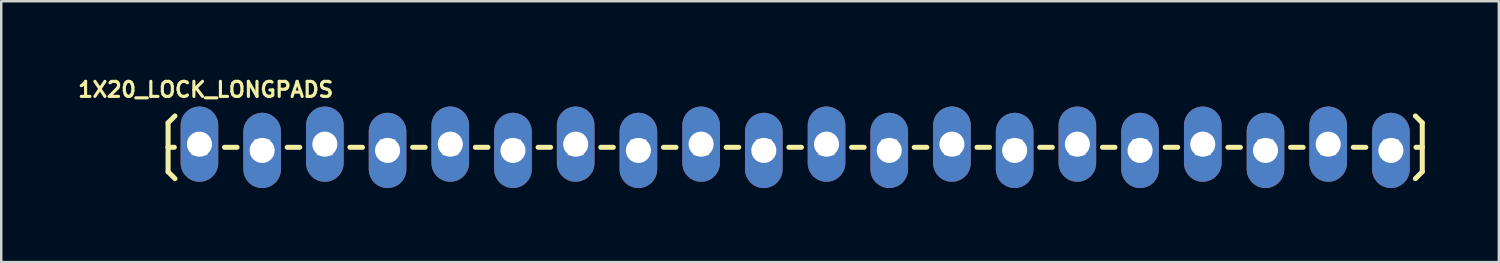
<source format=kicad_pcb>
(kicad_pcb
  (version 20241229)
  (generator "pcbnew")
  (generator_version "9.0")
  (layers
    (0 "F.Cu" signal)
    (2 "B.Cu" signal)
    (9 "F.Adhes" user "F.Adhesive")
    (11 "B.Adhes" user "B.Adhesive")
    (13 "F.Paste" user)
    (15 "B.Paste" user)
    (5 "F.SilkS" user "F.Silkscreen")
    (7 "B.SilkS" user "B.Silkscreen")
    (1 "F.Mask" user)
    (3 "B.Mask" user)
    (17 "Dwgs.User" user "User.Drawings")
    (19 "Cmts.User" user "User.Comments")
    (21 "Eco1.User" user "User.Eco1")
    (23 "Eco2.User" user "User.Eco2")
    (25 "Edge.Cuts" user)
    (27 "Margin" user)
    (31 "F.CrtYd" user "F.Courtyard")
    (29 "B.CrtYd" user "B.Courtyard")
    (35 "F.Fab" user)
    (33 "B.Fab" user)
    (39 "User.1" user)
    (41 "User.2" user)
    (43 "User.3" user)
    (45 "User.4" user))
  (footprint "1X20_LOCK_LONGPADS"
    (layer "F.Cu")
    (at 5.028 2.916)
    (property "Reference" "1X20_LOCK_LONGPADS" (at 0.254 -2.337 0) (layer "F.SilkS") (effects (font (size 0.61 0.61) (thickness 0.127))))
    (attr exclude_from_pos_files exclude_from_bom)
    (fp_line (start -1.27 -0.991) (end -0.991 -1.27) (stroke (width 0.203) (type solid)) (layer "F.SilkS"))
    (fp_line (start -1.27 0) (end -1.27 -0.991) (stroke (width 0.203) (type solid)) (layer "F.SilkS"))
    (fp_line (start -1.27 0) (end -1.27 0.991) (stroke (width 0.203) (type solid)) (layer "F.SilkS"))
    (fp_line (start -1.27 0) (end -1.016 0) (stroke (width 0.203) (type solid)) (layer "F.SilkS"))
    (fp_line (start -1.27 0.991) (end -0.991 1.27) (stroke (width 0.203) (type solid)) (layer "F.SilkS"))
    (fp_line (start 1.524 0) (end 1.016 0) (stroke (width 0.203) (type solid)) (layer "F.SilkS"))
    (fp_line (start 4.064 0) (end 3.556 0) (stroke (width 0.203) (type solid)) (layer "F.SilkS"))
    (fp_line (start 6.604 0) (end 6.096 0) (stroke (width 0.203) (type solid)) (layer "F.SilkS"))
    (fp_line (start 9.144 0) (end 8.636 0) (stroke (width 0.203) (type solid)) (layer "F.SilkS"))
    (fp_line (start 11.684 0) (end 11.176 0) (stroke (width 0.203) (type solid)) (layer "F.SilkS"))
    (fp_line (start 14.224 0) (end 13.716 0) (stroke (width 0.203) (type solid)) (layer "F.SilkS"))
    (fp_line (start 16.764 0) (end 16.256 0) (stroke (width 0.203) (type solid)) (layer "F.SilkS"))
    (fp_line (start 19.304 0) (end 18.796 0) (stroke (width 0.203) (type solid)) (layer "F.SilkS"))
    (fp_line (start 21.844 0) (end 21.336 0) (stroke (width 0.203) (type solid)) (layer "F.SilkS"))
    (fp_line (start 24.384 0) (end 23.876 0) (stroke (width 0.203) (type solid)) (layer "F.SilkS"))
    (fp_line (start 26.924 0) (end 26.416 0) (stroke (width 0.203) (type solid)) (layer "F.SilkS"))
    (fp_line (start 29.464 0) (end 28.953 0) (stroke (width 0.203) (type solid)) (layer "F.SilkS"))
    (fp_line (start 32.004 0) (end 31.496 0) (stroke (width 0.203) (type solid)) (layer "F.SilkS"))
    (fp_line (start 34.544 0) (end 34.036 0) (stroke (width 0.203) (type solid)) (layer "F.SilkS"))
    (fp_line (start 37.084 0) (end 36.576 0) (stroke (width 0.203) (type solid)) (layer "F.SilkS"))
    (fp_line (start 39.624 0) (end 39.116 0) (stroke (width 0.203) (type solid)) (layer "F.SilkS"))
    (fp_line (start 42.164 0) (end 41.656 0) (stroke (width 0.203) (type solid)) (layer "F.SilkS"))
    (fp_line (start 44.704 0) (end 44.196 0) (stroke (width 0.203) (type solid)) (layer "F.SilkS"))
    (fp_line (start 47.244 0) (end 46.736 0) (stroke (width 0.203) (type solid)) (layer "F.SilkS"))
    (fp_line (start 49.53 -0.991) (end 49.251 -1.27) (stroke (width 0.203) (type solid)) (layer "F.SilkS"))
    (fp_line (start 49.53 0) (end 49.276 0) (stroke (width 0.203) (type solid)) (layer "F.SilkS"))
    (fp_line (start 49.53 0) (end 49.53 -0.991) (stroke (width 0.203) (type solid)) (layer "F.SilkS"))
    (fp_line (start 49.53 0) (end 49.53 0.991) (stroke (width 0.203) (type solid)) (layer "F.SilkS"))
    (fp_line (start 49.53 0.991) (end 49.251 1.27) (stroke (width 0.203) (type solid)) (layer "F.SilkS"))
    (fp_line (start -0.292 -0.292) (end 0.292 -0.292) (stroke (width 0.066) (type solid)) (layer "Dwgs.User"))
    (fp_line (start -0.292 0.292) (end -0.292 -0.292) (stroke (width 0.066) (type solid)) (layer "Dwgs.User"))
    (fp_line (start -0.292 0.292) (end 0.292 0.292) (stroke (width 0.066) (type solid)) (layer "Dwgs.User"))
    (fp_line (start 0.292 0.292) (end 0.292 -0.292) (stroke (width 0.066) (type solid)) (layer "Dwgs.User"))
    (fp_line (start 2.248 -0.292) (end 2.832 -0.292) (stroke (width 0.066) (type solid)) (layer "Dwgs.User"))
    (fp_line (start 2.248 0.292) (end 2.248 -0.292) (stroke (width 0.066) (type solid)) (layer "Dwgs.User"))
    (fp_line (start 2.248 0.292) (end 2.832 0.292) (stroke (width 0.066) (type solid)) (layer "Dwgs.User"))
    (fp_line (start 2.832 0.292) (end 2.832 -0.292) (stroke (width 0.066) (type solid)) (layer "Dwgs.User"))
    (fp_line (start 4.788 -0.292) (end 5.372 -0.292) (stroke (width 0.066) (type solid)) (layer "Dwgs.User"))
    (fp_line (start 4.788 0.292) (end 4.788 -0.292) (stroke (width 0.066) (type solid)) (layer "Dwgs.User"))
    (fp_line (start 4.788 0.292) (end 5.372 0.292) (stroke (width 0.066) (type solid)) (layer "Dwgs.User"))
    (fp_line (start 5.372 0.292) (end 5.372 -0.292) (stroke (width 0.066) (type solid)) (layer "Dwgs.User"))
    (fp_line (start 7.328 -0.292) (end 7.912 -0.292) (stroke (width 0.066) (type solid)) (layer "Dwgs.User"))
    (fp_line (start 7.328 0.292) (end 7.328 -0.292) (stroke (width 0.066) (type solid)) (layer "Dwgs.User"))
    (fp_line (start 7.328 0.292) (end 7.912 0.292) (stroke (width 0.066) (type solid)) (layer "Dwgs.User"))
    (fp_line (start 7.912 0.292) (end 7.912 -0.292) (stroke (width 0.066) (type solid)) (layer "Dwgs.User"))
    (fp_line (start 9.868 -0.292) (end 10.452 -0.292) (stroke (width 0.066) (type solid)) (layer "Dwgs.User"))
    (fp_line (start 9.868 0.292) (end 9.868 -0.292) (stroke (width 0.066) (type solid)) (layer "Dwgs.User"))
    (fp_line (start 9.868 0.292) (end 10.452 0.292) (stroke (width 0.066) (type solid)) (layer "Dwgs.User"))
    (fp_line (start 10.452 0.292) (end 10.452 -0.292) (stroke (width 0.066) (type solid)) (layer "Dwgs.User"))
    (fp_line (start 12.408 -0.292) (end 12.992 -0.292) (stroke (width 0.066) (type solid)) (layer "Dwgs.User"))
    (fp_line (start 12.408 0.292) (end 12.408 -0.292) (stroke (width 0.066) (type solid)) (layer "Dwgs.User"))
    (fp_line (start 12.408 0.292) (end 12.992 0.292) (stroke (width 0.066) (type solid)) (layer "Dwgs.User"))
    (fp_line (start 12.992 0.292) (end 12.992 -0.292) (stroke (width 0.066) (type solid)) (layer "Dwgs.User"))
    (fp_line (start 14.948 -0.292) (end 15.532 -0.292) (stroke (width 0.066) (type solid)) (layer "Dwgs.User"))
    (fp_line (start 14.948 0.292) (end 14.948 -0.292) (stroke (width 0.066) (type solid)) (layer "Dwgs.User"))
    (fp_line (start 14.948 0.292) (end 15.532 0.292) (stroke (width 0.066) (type solid)) (layer "Dwgs.User"))
    (fp_line (start 15.532 0.292) (end 15.532 -0.292) (stroke (width 0.066) (type solid)) (layer "Dwgs.User"))
    (fp_line (start 17.488 -0.292) (end 18.072 -0.292) (stroke (width 0.066) (type solid)) (layer "Dwgs.User"))
    (fp_line (start 17.488 0.292) (end 17.488 -0.292) (stroke (width 0.066) (type solid)) (layer "Dwgs.User"))
    (fp_line (start 17.488 0.292) (end 18.072 0.292) (stroke (width 0.066) (type solid)) (layer "Dwgs.User"))
    (fp_line (start 18.072 0.292) (end 18.072 -0.292) (stroke (width 0.066) (type solid)) (layer "Dwgs.User"))
    (fp_line (start 20.028 -0.292) (end 20.612 -0.292) (stroke (width 0.066) (type solid)) (layer "Dwgs.User"))
    (fp_line (start 20.028 0.292) (end 20.028 -0.292) (stroke (width 0.066) (type solid)) (layer "Dwgs.User"))
    (fp_line (start 20.028 0.292) (end 20.612 0.292) (stroke (width 0.066) (type solid)) (layer "Dwgs.User"))
    (fp_line (start 20.612 0.292) (end 20.612 -0.292) (stroke (width 0.066) (type solid)) (layer "Dwgs.User"))
    (fp_line (start 22.568 -0.292) (end 23.152 -0.292) (stroke (width 0.066) (type solid)) (layer "Dwgs.User"))
    (fp_line (start 22.568 0.292) (end 22.568 -0.292) (stroke (width 0.066) (type solid)) (layer "Dwgs.User"))
    (fp_line (start 22.568 0.292) (end 23.152 0.292) (stroke (width 0.066) (type solid)) (layer "Dwgs.User"))
    (fp_line (start 23.152 0.292) (end 23.152 -0.292) (stroke (width 0.066) (type solid)) (layer "Dwgs.User"))
    (fp_line (start 25.108 -0.292) (end 25.692 -0.292) (stroke (width 0.066) (type solid)) (layer "Dwgs.User"))
    (fp_line (start 25.108 0.292) (end 25.108 -0.292) (stroke (width 0.066) (type solid)) (layer "Dwgs.User"))
    (fp_line (start 25.108 0.292) (end 25.692 0.292) (stroke (width 0.066) (type solid)) (layer "Dwgs.User"))
    (fp_line (start 25.692 0.292) (end 25.692 -0.292) (stroke (width 0.066) (type solid)) (layer "Dwgs.User"))
    (fp_line (start 27.648 -0.292) (end 28.232 -0.292) (stroke (width 0.066) (type solid)) (layer "Dwgs.User"))
    (fp_line (start 27.648 0.292) (end 27.648 -0.292) (stroke (width 0.066) (type solid)) (layer "Dwgs.User"))
    (fp_line (start 27.648 0.292) (end 28.232 0.292) (stroke (width 0.066) (type solid)) (layer "Dwgs.User"))
    (fp_line (start 28.232 0.292) (end 28.232 -0.292) (stroke (width 0.066) (type solid)) (layer "Dwgs.User"))
    (fp_line (start 30.185 -0.292) (end 30.772 -0.292) (stroke (width 0.066) (type solid)) (layer "Dwgs.User"))
    (fp_line (start 30.185 0.292) (end 30.185 -0.292) (stroke (width 0.066) (type solid)) (layer "Dwgs.User"))
    (fp_line (start 30.185 0.292) (end 30.772 0.292) (stroke (width 0.066) (type solid)) (layer "Dwgs.User"))
    (fp_line (start 30.772 0.292) (end 30.772 -0.292) (stroke (width 0.066) (type solid)) (layer "Dwgs.User"))
    (fp_line (start 32.728 -0.292) (end 33.312 -0.292) (stroke (width 0.066) (type solid)) (layer "Dwgs.User"))
    (fp_line (start 32.728 0.292) (end 32.728 -0.292) (stroke (width 0.066) (type solid)) (layer "Dwgs.User"))
    (fp_line (start 32.728 0.292) (end 33.312 0.292) (stroke (width 0.066) (type solid)) (layer "Dwgs.User"))
    (fp_line (start 33.312 0.292) (end 33.312 -0.292) (stroke (width 0.066) (type solid)) (layer "Dwgs.User"))
    (fp_line (start 35.268 -0.292) (end 35.852 -0.292) (stroke (width 0.066) (type solid)) (layer "Dwgs.User"))
    (fp_line (start 35.268 0.292) (end 35.268 -0.292) (stroke (width 0.066) (type solid)) (layer "Dwgs.User"))
    (fp_line (start 35.268 0.292) (end 35.852 0.292) (stroke (width 0.066) (type solid)) (layer "Dwgs.User"))
    (fp_line (start 35.852 0.292) (end 35.852 -0.292) (stroke (width 0.066) (type solid)) (layer "Dwgs.User"))
    (fp_line (start 37.808 -0.292) (end 38.392 -0.292) (stroke (width 0.066) (type solid)) (layer "Dwgs.User"))
    (fp_line (start 37.808 0.292) (end 37.808 -0.292) (stroke (width 0.066) (type solid)) (layer "Dwgs.User"))
    (fp_line (start 37.808 0.292) (end 38.392 0.292) (stroke (width 0.066) (type solid)) (layer "Dwgs.User"))
    (fp_line (start 38.392 0.292) (end 38.392 -0.292) (stroke (width 0.066) (type solid)) (layer "Dwgs.User"))
    (fp_line (start 40.348 -0.292) (end 40.932 -0.292) (stroke (width 0.066) (type solid)) (layer "Dwgs.User"))
    (fp_line (start 40.348 0.292) (end 40.348 -0.292) (stroke (width 0.066) (type solid)) (layer "Dwgs.User"))
    (fp_line (start 40.348 0.292) (end 40.932 0.292) (stroke (width 0.066) (type solid)) (layer "Dwgs.User"))
    (fp_line (start 40.932 0.292) (end 40.932 -0.292) (stroke (width 0.066) (type solid)) (layer "Dwgs.User"))
    (fp_line (start 42.888 -0.292) (end 43.472 -0.292) (stroke (width 0.066) (type solid)) (layer "Dwgs.User"))
    (fp_line (start 42.888 0.292) (end 42.888 -0.292) (stroke (width 0.066) (type solid)) (layer "Dwgs.User"))
    (fp_line (start 42.888 0.292) (end 43.472 0.292) (stroke (width 0.066) (type solid)) (layer "Dwgs.User"))
    (fp_line (start 43.472 0.292) (end 43.472 -0.292) (stroke (width 0.066) (type solid)) (layer "Dwgs.User"))
    (fp_line (start 45.428 -0.292) (end 46.012 -0.292) (stroke (width 0.066) (type solid)) (layer "Dwgs.User"))
    (fp_line (start 45.428 0.292) (end 45.428 -0.292) (stroke (width 0.066) (type solid)) (layer "Dwgs.User"))
    (fp_line (start 45.428 0.292) (end 46.012 0.292) (stroke (width 0.066) (type solid)) (layer "Dwgs.User"))
    (fp_line (start 46.012 0.292) (end 46.012 -0.292) (stroke (width 0.066) (type solid)) (layer "Dwgs.User"))
    (fp_line (start 47.968 -0.292) (end 48.552 -0.292) (stroke (width 0.066) (type solid)) (layer "Dwgs.User"))
    (fp_line (start 47.968 0.292) (end 47.968 -0.292) (stroke (width 0.066) (type solid)) (layer "Dwgs.User"))
    (fp_line (start 47.968 0.292) (end 48.552 0.292) (stroke (width 0.066) (type solid)) (layer "Dwgs.User"))
    (fp_line (start 48.552 0.292) (end 48.552 -0.292) (stroke (width 0.066) (type solid)) (layer "Dwgs.User"))
    (pad "1" thru_hole oval (at 0 -0.127 180) (size 1.524 3.048) (drill 1.016) (layers "*.Cu" "*.Paste" "*.Mask"))
    (pad "2" thru_hole oval (at 2.54 0.127 180) (size 1.524 3.048) (drill 1.016) (layers "*.Cu" "*.Paste" "*.Mask"))
    (pad "3" thru_hole oval (at 5.08 -0.127 180) (size 1.524 3.048) (drill 1.016) (layers "*.Cu" "*.Paste" "*.Mask"))
    (pad "4" thru_hole oval (at 7.62 0.127 180) (size 1.524 3.048) (drill 1.016) (layers "*.Cu" "*.Paste" "*.Mask"))
    (pad "5" thru_hole oval (at 10.16 -0.127 180) (size 1.524 3.048) (drill 1.016) (layers "*.Cu" "*.Paste" "*.Mask"))
    (pad "6" thru_hole oval (at 12.7 0.127 180) (size 1.524 3.048) (drill 1.016) (layers "*.Cu" "*.Paste" "*.Mask"))
    (pad "7" thru_hole oval (at 15.24 -0.127 180) (size 1.524 3.048) (drill 1.016) (layers "*.Cu" "*.Paste" "*.Mask"))
    (pad "8" thru_hole oval (at 17.78 0.127 180) (size 1.524 3.048) (drill 1.016) (layers "*.Cu" "*.Paste" "*.Mask"))
    (pad "9" thru_hole oval (at 20.32 -0.127 180) (size 1.524 3.048) (drill 1.016) (layers "*.Cu" "*.Paste" "*.Mask"))
    (pad "10" thru_hole oval (at 22.86 0.127 180) (size 1.524 3.048) (drill 1.016) (layers "*.Cu" "*.Paste" "*.Mask"))
    (pad "11" thru_hole oval (at 25.4 -0.127 180) (size 1.524 3.048) (drill 1.016) (layers "*.Cu" "*.Paste" "*.Mask"))
    (pad "12" thru_hole oval (at 27.94 0.127 180) (size 1.524 3.048) (drill 1.016) (layers "*.Cu" "*.Paste" "*.Mask"))
    (pad "13" thru_hole oval (at 30.48 -0.127 180) (size 1.524 3.048) (drill 1.016) (layers "*.Cu" "*.Paste" "*.Mask"))
    (pad "14" thru_hole oval (at 33.02 0.127 180) (size 1.524 3.048) (drill 1.016) (layers "*.Cu" "*.Paste" "*.Mask"))
    (pad "15" thru_hole oval (at 35.56 -0.127 180) (size 1.524 3.048) (drill 1.016) (layers "*.Cu" "*.Paste" "*.Mask"))
    (pad "16" thru_hole oval (at 38.1 0.127 180) (size 1.524 3.048) (drill 1.016) (layers "*.Cu" "*.Paste" "*.Mask"))
    (pad "17" thru_hole oval (at 40.64 -0.127 180) (size 1.524 3.048) (drill 1.016) (layers "*.Cu" "*.Paste" "*.Mask"))
    (pad "18" thru_hole oval (at 43.18 0.127 180) (size 1.524 3.048) (drill 1.016) (layers "*.Cu" "*.Paste" "*.Mask"))
    (pad "19" thru_hole oval (at 45.72 -0.127 180) (size 1.524 3.048) (drill 1.016) (layers "*.Cu" "*.Paste" "*.Mask"))
    (pad "20" thru_hole oval (at 48.26 0.127 180) (size 1.524 3.048) (drill 1.016) (layers "*.Cu" "*.Paste" "*.Mask")))
  (gr_rect
    (start -3 -3)
    (end 57.66 7.567)
    (stroke (width 0.1) (type default))
    (fill no)
    (layer "Edge.Cuts")))
</source>
